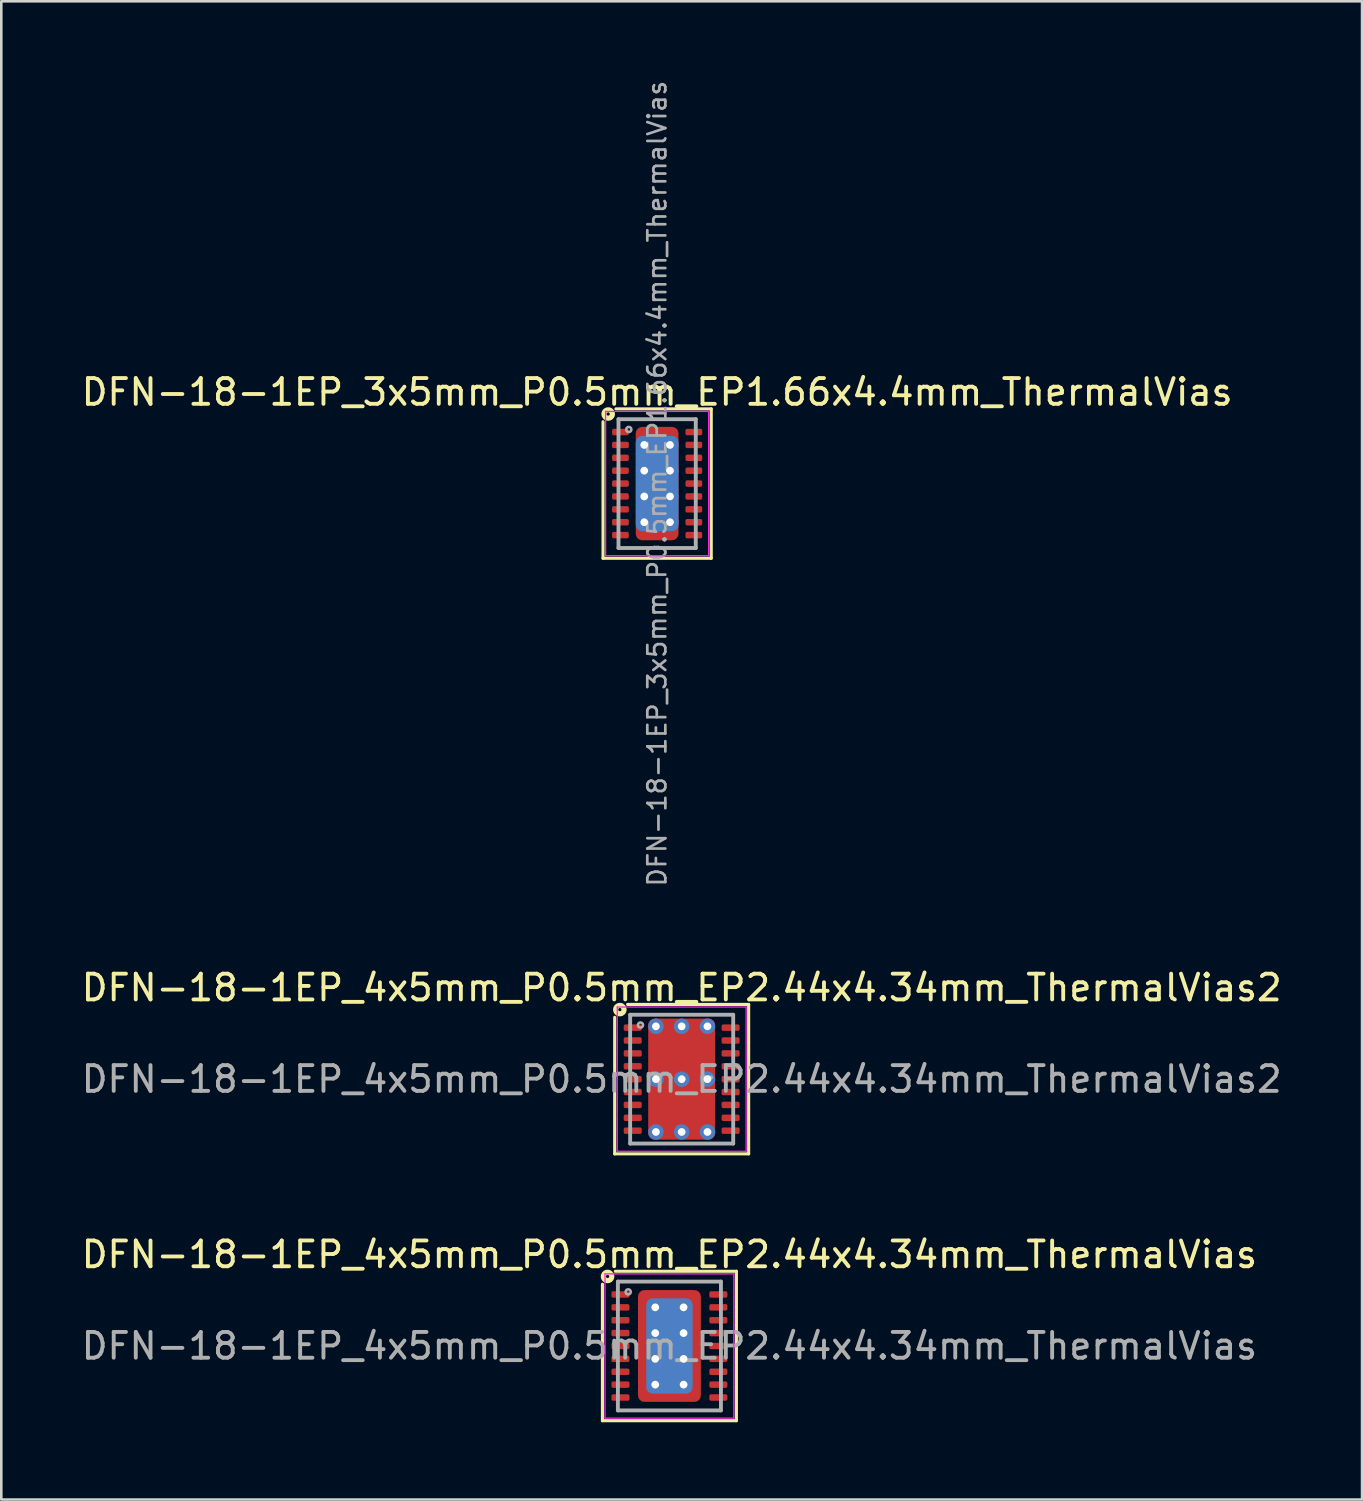
<source format=kicad_pcb>
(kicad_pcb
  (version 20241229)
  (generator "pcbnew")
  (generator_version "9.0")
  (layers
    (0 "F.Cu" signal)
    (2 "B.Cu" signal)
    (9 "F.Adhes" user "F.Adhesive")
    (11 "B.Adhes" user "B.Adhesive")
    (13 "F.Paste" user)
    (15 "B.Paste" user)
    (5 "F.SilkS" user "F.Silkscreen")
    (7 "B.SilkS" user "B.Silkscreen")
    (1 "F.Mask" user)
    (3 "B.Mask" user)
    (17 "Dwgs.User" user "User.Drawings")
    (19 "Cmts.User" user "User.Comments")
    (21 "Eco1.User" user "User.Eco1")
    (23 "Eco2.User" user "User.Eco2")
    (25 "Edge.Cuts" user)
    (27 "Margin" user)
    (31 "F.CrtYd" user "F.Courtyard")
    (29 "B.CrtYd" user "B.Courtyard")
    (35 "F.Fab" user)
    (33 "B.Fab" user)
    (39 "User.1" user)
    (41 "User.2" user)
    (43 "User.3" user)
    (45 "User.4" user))
  (footprint "DFN-18-1EP_4x5mm_P0.5mm_EP2.44x4.34mm_ThermalVias"
    (layer "F.Cu")
    (at 22.935 49.198)
    (property "Reference" "DFN-18-1EP_4x5mm_P0.5mm_EP2.44x4.34mm_ThermalVias" (at 0 -3.55 0) (layer "F.SilkS") (effects (font (size 1 1) (thickness 0.15))))
    (attr smd)
    (fp_line (start -2.6 2.9) (end -2.6 -2.4) (stroke (width 0.12) (type solid)) (layer "F.SilkS"))
    (fp_line (start -2.1 -2.9) (end 2.6 -2.9) (stroke (width 0.12) (type solid)) (layer "F.SilkS"))
    (fp_line (start 2.6 -2.9) (end 2.6 2.9) (stroke (width 0.12) (type solid)) (layer "F.SilkS"))
    (fp_line (start 2.6 2.9) (end -2.6 2.9) (stroke (width 0.12) (type solid)) (layer "F.SilkS"))
    (fp_circle (center -2.4 -2.7) (end -2.337 -2.7) (stroke (width 0.2) (type solid)) (fill no) (layer "F.SilkS"))
    (fp_line (start -2.5 -2.8) (end -2.5 2.8) (stroke (width 0.05) (type solid)) (layer "F.CrtYd"))
    (fp_line (start -2.5 -2.8) (end 2.5 -2.8) (stroke (width 0.05) (type solid)) (layer "F.CrtYd"))
    (fp_line (start -2.5 2.8) (end 2.5 2.8) (stroke (width 0.05) (type solid)) (layer "F.CrtYd"))
    (fp_line (start 2.5 -2.8) (end 2.5 2.8) (stroke (width 0.05) (type solid)) (layer "F.CrtYd"))
    (fp_line (start -2 -2.5) (end 2 -2.5) (stroke (width 0.15) (type solid)) (layer "F.Fab"))
    (fp_line (start -2 2.5) (end -2 -2.5) (stroke (width 0.15) (type solid)) (layer "F.Fab"))
    (fp_line (start 2 -2.5) (end 2 2.5) (stroke (width 0.15) (type solid)) (layer "F.Fab"))
    (fp_line (start 2 2.5) (end -2 2.5) (stroke (width 0.15) (type solid)) (layer "F.Fab"))
    (fp_circle (center -1.6 -2.1) (end -1.5 -2.1) (stroke (width 0.1) (type solid)) (fill no) (layer "F.Fab"))
    (fp_text user "${REFERENCE}" (at 0 0 0) (layer "F.Fab") (effects (font (size 1 1) (thickness 0.15))))
    (pad "" smd roundrect (at -0.9 -1.85) (size 0.5 0.5) (layers "F.Paste") (roundrect_rratio 0.25))
    (pad "" smd roundrect (at -0.9 -1) (size 0.5 0.8) (layers "F.Paste") (roundrect_rratio 0.25))
    (pad "" smd roundrect (at -0.9 0) (size 0.5 0.8) (layers "F.Paste") (roundrect_rratio 0.25))
    (pad "" smd roundrect (at -0.9 1) (size 0.5 0.8) (layers "F.Paste") (roundrect_rratio 0.25))
    (pad "" smd roundrect (at -0.9 1.85) (size 0.5 0.5) (layers "F.Paste") (roundrect_rratio 0.25))
    (pad "" smd roundrect (at 0 -1.85) (size 0.9 0.5) (layers "F.Paste") (roundrect_rratio 0.25))
    (pad "" smd roundrect (at 0 -1) (size 0.9 0.8) (layers "F.Paste") (roundrect_rratio 0.25))
    (pad "" smd roundrect (at 0 0) (size 0.9 0.8) (layers "F.Paste") (roundrect_rratio 0.25))
    (pad "" smd roundrect (at 0 1) (size 0.9 0.8) (layers "F.Paste") (roundrect_rratio 0.25))
    (pad "" smd roundrect (at 0 1.85) (size 0.9 0.5) (layers "F.Paste") (roundrect_rratio 0.25))
    (pad "" smd roundrect (at 0.9 -1.85) (size 0.5 0.5) (layers "F.Paste") (roundrect_rratio 0.25))
    (pad "" smd roundrect (at 0.9 -1) (size 0.5 0.8) (layers "F.Paste") (roundrect_rratio 0.25))
    (pad "" smd roundrect (at 0.9 0) (size 0.5 0.8) (layers "F.Paste") (roundrect_rratio 0.25))
    (pad "" smd roundrect (at 0.9 1) (size 0.5 0.8) (layers "F.Paste") (roundrect_rratio 0.25))
    (pad "" smd roundrect (at 0.9 1.85) (size 0.5 0.5) (layers "F.Paste") (roundrect_rratio 0.25))
    (pad "1" smd roundrect (at -1.9 -2) (size 0.7 0.25) (layers "F.Cu" "F.Mask" "F.Paste") (roundrect_rratio 0.25))
    (pad "2" smd roundrect (at -1.9 -1.5) (size 0.7 0.25) (layers "F.Cu" "F.Mask" "F.Paste") (roundrect_rratio 0.25))
    (pad "3" smd roundrect (at -1.9 -1) (size 0.7 0.25) (layers "F.Cu" "F.Mask" "F.Paste") (roundrect_rratio 0.25))
    (pad "4" smd roundrect (at -1.9 -0.5) (size 0.7 0.25) (layers "F.Cu" "F.Mask" "F.Paste") (roundrect_rratio 0.25))
    (pad "5" smd roundrect (at -1.9 0) (size 0.7 0.25) (layers "F.Cu" "F.Mask" "F.Paste") (roundrect_rratio 0.25))
    (pad "6" smd roundrect (at -1.9 0.5) (size 0.7 0.25) (layers "F.Cu" "F.Mask" "F.Paste") (roundrect_rratio 0.25))
    (pad "7" smd roundrect (at -1.9 1) (size 0.7 0.25) (layers "F.Cu" "F.Mask" "F.Paste") (roundrect_rratio 0.25))
    (pad "8" smd roundrect (at -1.9 1.5) (size 0.7 0.25) (layers "F.Cu" "F.Mask" "F.Paste") (roundrect_rratio 0.25))
    (pad "9" smd roundrect (at -1.9 2) (size 0.7 0.25) (layers "F.Cu" "F.Mask" "F.Paste") (roundrect_rratio 0.25))
    (pad "10" smd roundrect (at 1.9 2) (size 0.7 0.25) (layers "F.Cu" "F.Mask" "F.Paste") (roundrect_rratio 0.25))
    (pad "11" smd roundrect (at 1.9 1.5) (size 0.7 0.25) (layers "F.Cu" "F.Mask" "F.Paste") (roundrect_rratio 0.25))
    (pad "12" smd roundrect (at 1.9 1) (size 0.7 0.25) (layers "F.Cu" "F.Mask" "F.Paste") (roundrect_rratio 0.25))
    (pad "13" smd roundrect (at 1.9 0.5) (size 0.7 0.25) (layers "F.Cu" "F.Mask" "F.Paste") (roundrect_rratio 0.25))
    (pad "14" smd roundrect (at 1.9 0) (size 0.7 0.25) (layers "F.Cu" "F.Mask" "F.Paste") (roundrect_rratio 0.25))
    (pad "15" smd roundrect (at 1.9 -0.5) (size 0.7 0.25) (layers "F.Cu" "F.Mask" "F.Paste") (roundrect_rratio 0.25))
    (pad "16" smd roundrect (at 1.9 -1) (size 0.7 0.25) (layers "F.Cu" "F.Mask" "F.Paste") (roundrect_rratio 0.25))
    (pad "17" smd roundrect (at 1.9 -1.5) (size 0.7 0.25) (layers "F.Cu" "F.Mask" "F.Paste") (roundrect_rratio 0.25))
    (pad "18" smd roundrect (at 1.9 -2) (size 0.7 0.25) (layers "F.Cu" "F.Mask" "F.Paste") (roundrect_rratio 0.25))
    (pad "19" thru_hole circle (at -0.55 -1.5) (size 0.65 0.65) (drill 0.3) (property pad_prop_heatsink) (layers "*.Cu"))
    (pad "19" thru_hole circle (at -0.55 -0.5) (size 0.65 0.65) (drill 0.3) (property pad_prop_heatsink) (layers "*.Cu"))
    (pad "19" thru_hole circle (at -0.55 0.5) (size 0.65 0.65) (drill 0.3) (property pad_prop_heatsink) (layers "*.Cu"))
    (pad "19" thru_hole circle (at -0.55 1.5) (size 0.65 0.65) (drill 0.3) (property pad_prop_heatsink) (layers "*.Cu"))
    (pad "19" smd roundrect (at 0 0) (size 1.8 3.7) (layers "B.Cu" "B.Mask") (roundrect_rratio 0.139))
    (pad "19" smd roundrect (at 0 0) (size 2.44 4.34) (layers "F.Cu" "F.Mask") (roundrect_rratio 0.102))
    (pad "19" thru_hole circle (at 0.55 -1.5) (size 0.65 0.65) (drill 0.3) (property pad_prop_heatsink) (layers "*.Cu"))
    (pad "19" thru_hole circle (at 0.55 -0.5) (size 0.65 0.65) (drill 0.3) (property pad_prop_heatsink) (layers "*.Cu"))
    (pad "19" thru_hole circle (at 0.55 0.5) (size 0.65 0.65) (drill 0.3) (property pad_prop_heatsink) (layers "*.Cu"))
    (pad "19" thru_hole circle (at 0.55 1.5) (size 0.65 0.65) (drill 0.3) (property pad_prop_heatsink) (layers "*.Cu")))
  (footprint "DFN-18-1EP_4x5mm_P0.5mm_EP2.44x4.34mm_ThermalVias2"
    (layer "F.Cu")
    (at 23.411 38.84)
    (property "Reference" "DFN-18-1EP_4x5mm_P0.5mm_EP2.44x4.34mm_ThermalVias2" (at 0 -3.55 0) (layer "F.SilkS") (effects (font (size 1 1) (thickness 0.15))))
    (attr smd)
    (fp_line (start -2.6 2.9) (end -2.6 -2.4) (stroke (width 0.12) (type solid)) (layer "F.SilkS"))
    (fp_line (start -2.1 -2.9) (end 2.6 -2.9) (stroke (width 0.12) (type solid)) (layer "F.SilkS"))
    (fp_line (start 2.6 -2.9) (end 2.6 2.9) (stroke (width 0.12) (type solid)) (layer "F.SilkS"))
    (fp_line (start 2.6 2.9) (end -2.6 2.9) (stroke (width 0.12) (type solid)) (layer "F.SilkS"))
    (fp_circle (center -2.4 -2.7) (end -2.337 -2.7) (stroke (width 0.2) (type solid)) (fill no) (layer "F.SilkS"))
    (fp_line (start -2.5 -2.8) (end -2.5 2.8) (stroke (width 0.05) (type solid)) (layer "F.CrtYd"))
    (fp_line (start -2.5 -2.8) (end 2.5 -2.8) (stroke (width 0.05) (type solid)) (layer "F.CrtYd"))
    (fp_line (start -2.5 2.8) (end 2.5 2.8) (stroke (width 0.05) (type solid)) (layer "F.CrtYd"))
    (fp_line (start 2.5 -2.8) (end 2.5 2.8) (stroke (width 0.05) (type solid)) (layer "F.CrtYd"))
    (fp_line (start -2 -2.5) (end 2 -2.5) (stroke (width 0.15) (type solid)) (layer "F.Fab"))
    (fp_line (start -2 2.5) (end -2 -2.5) (stroke (width 0.15) (type solid)) (layer "F.Fab"))
    (fp_line (start 2 -2.5) (end 2 2.5) (stroke (width 0.15) (type solid)) (layer "F.Fab"))
    (fp_line (start 2 2.5) (end -2 2.5) (stroke (width 0.15) (type solid)) (layer "F.Fab"))
    (fp_circle (center -1.6 -2.1) (end -1.5 -2.1) (stroke (width 0.1) (type solid)) (fill no) (layer "F.Fab"))
    (fp_text user "${REFERENCE}" (at 0 0 0) (layer "F.Fab") (effects (font (size 1 1) (thickness 0.15))))
    (pad "" smd roundrect (at -0.6 -1.025) (size 0.9 1.15) (layers "F.Paste") (roundrect_rratio 0.25))
    (pad "" smd roundrect (at -0.6 1.025) (size 0.9 1.15) (layers "F.Paste") (roundrect_rratio 0.25))
    (pad "" smd roundrect (at 0 -1.025) (size 2.4 1.45) (layers "F.Mask") (roundrect_rratio 0.172))
    (pad "" smd roundrect (at 0 1.025) (size 2.4 1.45) (layers "F.Mask") (roundrect_rratio 0.172))
    (pad "" smd roundrect (at 0.6 -1.025) (size 0.9 1.15) (layers "F.Paste") (roundrect_rratio 0.25))
    (pad "" smd roundrect (at 0.6 1.025) (size 0.9 1.15) (layers "F.Paste") (roundrect_rratio 0.25))
    (pad "1" smd roundrect (at -1.9 -2) (size 0.7 0.25) (layers "F.Cu" "F.Mask" "F.Paste") (roundrect_rratio 0.25))
    (pad "2" smd roundrect (at -1.9 -1.5) (size 0.7 0.25) (layers "F.Cu" "F.Mask" "F.Paste") (roundrect_rratio 0.25))
    (pad "3" smd roundrect (at -1.9 -1) (size 0.7 0.25) (layers "F.Cu" "F.Mask" "F.Paste") (roundrect_rratio 0.25))
    (pad "4" smd roundrect (at -1.9 -0.5) (size 0.7 0.25) (layers "F.Cu" "F.Mask" "F.Paste") (roundrect_rratio 0.25))
    (pad "5" smd roundrect (at -1.9 0) (size 0.7 0.25) (layers "F.Cu" "F.Mask" "F.Paste") (roundrect_rratio 0.25))
    (pad "6" smd roundrect (at -1.9 0.5) (size 0.7 0.25) (layers "F.Cu" "F.Mask" "F.Paste") (roundrect_rratio 0.25))
    (pad "7" smd roundrect (at -1.9 1) (size 0.7 0.25) (layers "F.Cu" "F.Mask" "F.Paste") (roundrect_rratio 0.25))
    (pad "8" smd roundrect (at -1.9 1.5) (size 0.7 0.25) (layers "F.Cu" "F.Mask" "F.Paste") (roundrect_rratio 0.25))
    (pad "9" smd roundrect (at -1.9 2) (size 0.7 0.25) (layers "F.Cu" "F.Mask" "F.Paste") (roundrect_rratio 0.25))
    (pad "10" smd roundrect (at 1.9 2) (size 0.7 0.25) (layers "F.Cu" "F.Mask" "F.Paste") (roundrect_rratio 0.25))
    (pad "11" smd roundrect (at 1.9 1.5) (size 0.7 0.25) (layers "F.Cu" "F.Mask" "F.Paste") (roundrect_rratio 0.25))
    (pad "12" smd roundrect (at 1.9 1) (size 0.7 0.25) (layers "F.Cu" "F.Mask" "F.Paste") (roundrect_rratio 0.25))
    (pad "13" smd roundrect (at 1.9 0.5) (size 0.7 0.25) (layers "F.Cu" "F.Mask" "F.Paste") (roundrect_rratio 0.25))
    (pad "14" smd roundrect (at 1.9 0) (size 0.7 0.25) (layers "F.Cu" "F.Mask" "F.Paste") (roundrect_rratio 0.25))
    (pad "15" smd roundrect (at 1.9 -0.5) (size 0.7 0.25) (layers "F.Cu" "F.Mask" "F.Paste") (roundrect_rratio 0.25))
    (pad "16" smd roundrect (at 1.9 -1) (size 0.7 0.25) (layers "F.Cu" "F.Mask" "F.Paste") (roundrect_rratio 0.25))
    (pad "17" smd roundrect (at 1.9 -1.5) (size 0.7 0.25) (layers "F.Cu" "F.Mask" "F.Paste") (roundrect_rratio 0.25))
    (pad "18" smd roundrect (at 1.9 -2) (size 0.7 0.25) (layers "F.Cu" "F.Mask" "F.Paste") (roundrect_rratio 0.25))
    (pad "19" thru_hole circle (at -1 -2.05) (size 0.6 0.6) (drill 0.3) (property pad_prop_heatsink) (layers "*.Cu" "*.Mask"))
    (pad "19" thru_hole circle (at -1 0) (size 0.6 0.6) (drill 0.3) (property pad_prop_heatsink) (layers "*.Cu" "*.Mask"))
    (pad "19" thru_hole circle (at -1 2.05) (size 0.6 0.6) (drill 0.3) (property pad_prop_heatsink) (layers "*.Cu" "*.Mask"))
    (pad "19" thru_hole circle (at 0 -2.05) (size 0.6 0.6) (drill 0.3) (property pad_prop_heatsink) (layers "*.Cu" "*.Mask"))
    (pad "19" thru_hole circle (at 0 0) (size 0.6 0.6) (drill 0.3) (property pad_prop_heatsink) (layers "*.Cu" "*.Mask"))
    (pad "19" smd roundrect (at 0 0) (size 2.6 4.7) (layers "F.Cu") (roundrect_rratio 0.096))
    (pad "19" thru_hole circle (at 0 2.05) (size 0.6 0.6) (drill 0.3) (property pad_prop_heatsink) (layers "*.Cu" "*.Mask"))
    (pad "19" thru_hole circle (at 1 -2.05) (size 0.6 0.6) (drill 0.3) (property pad_prop_heatsink) (layers "*.Cu" "*.Mask"))
    (pad "19" thru_hole circle (at 1 0) (size 0.6 0.6) (drill 0.3) (property pad_prop_heatsink) (layers "*.Cu" "*.Mask"))
    (pad "19" thru_hole circle (at 1 2.05) (size 0.6 0.6) (drill 0.3) (property pad_prop_heatsink) (layers "*.Cu" "*.Mask")))
  (footprint "DFN-18-1EP_3x5mm_P0.5mm_EP1.66x4.4mm_ThermalVias"
    (layer "F.Cu")
    (at 22.458 15.721)
    (property "Reference" "DFN-18-1EP_3x5mm_P0.5mm_EP1.66x4.4mm_ThermalVias" (at 0 -3.55 0) (layer "F.SilkS") (effects (font (size 1 1) (thickness 0.15))))
    (attr smd)
    (fp_line (start -2.1 2.9) (end -2.1 -2.4) (stroke (width 0.12) (type solid)) (layer "F.SilkS"))
    (fp_line (start -1.6 -2.9) (end 2.1 -2.9) (stroke (width 0.12) (type solid)) (layer "F.SilkS"))
    (fp_line (start 2.1 -2.9) (end 2.1 2.9) (stroke (width 0.12) (type solid)) (layer "F.SilkS"))
    (fp_line (start 2.1 2.9) (end -2.1 2.9) (stroke (width 0.12) (type solid)) (layer "F.SilkS"))
    (fp_circle (center -1.9 -2.7) (end -1.837 -2.7) (stroke (width 0.2) (type solid)) (fill no) (layer "F.SilkS"))
    (fp_line (start -2 -2.8) (end -2 2.8) (stroke (width 0.05) (type solid)) (layer "F.CrtYd"))
    (fp_line (start -2 -2.8) (end 2 -2.8) (stroke (width 0.05) (type solid)) (layer "F.CrtYd"))
    (fp_line (start -2 2.8) (end 2 2.8) (stroke (width 0.05) (type solid)) (layer "F.CrtYd"))
    (fp_line (start 2 -2.8) (end 2 2.8) (stroke (width 0.05) (type solid)) (layer "F.CrtYd"))
    (fp_line (start -1.5 -2.5) (end 1.5 -2.5) (stroke (width 0.15) (type solid)) (layer "F.Fab"))
    (fp_line (start -1.5 2.5) (end -1.5 -2.5) (stroke (width 0.15) (type solid)) (layer "F.Fab"))
    (fp_line (start 1.5 -2.5) (end 1.5 2.5) (stroke (width 0.15) (type solid)) (layer "F.Fab"))
    (fp_line (start 1.5 2.5) (end -1.5 2.5) (stroke (width 0.15) (type solid)) (layer "F.Fab"))
    (fp_circle (center -1.1 -2.1) (end -1 -2.1) (stroke (width 0.1) (type solid)) (fill no) (layer "F.Fab"))
    (fp_text user "${REFERENCE}" (at 0 0 90) (layer "F.Fab") (effects (font (size 0.7 0.7) (thickness 0.105))))
    (pad "" smd roundrect (at -0.425 -1.875) (size 0.65 0.55) (layers "F.Paste") (roundrect_rratio 0.25))
    (pad "" smd roundrect (at -0.425 -1) (size 0.65 0.8) (layers "F.Paste") (roundrect_rratio 0.25))
    (pad "" smd roundrect (at -0.425 0) (size 0.65 0.8) (layers "F.Paste") (roundrect_rratio 0.25))
    (pad "" smd roundrect (at -0.425 1) (size 0.65 0.8) (layers "F.Paste") (roundrect_rratio 0.25))
    (pad "" smd roundrect (at -0.425 1.9) (size 0.65 0.5) (layers "F.Paste") (roundrect_rratio 0.25))
    (pad "" smd roundrect (at 0.425 -1.875) (size 0.65 0.55) (layers "F.Paste") (roundrect_rratio 0.25))
    (pad "" smd roundrect (at 0.425 -1) (size 0.65 0.8) (layers "F.Paste") (roundrect_rratio 0.25))
    (pad "" smd roundrect (at 0.425 0) (size 0.65 0.8) (layers "F.Paste") (roundrect_rratio 0.25))
    (pad "" smd roundrect (at 0.425 1) (size 0.65 0.8) (layers "F.Paste") (roundrect_rratio 0.25))
    (pad "" smd roundrect (at 0.425 1.9) (size 0.65 0.5) (layers "F.Paste") (roundrect_rratio 0.25))
    (pad "1" smd roundrect (at -1.425 -2) (size 0.65 0.25) (layers "F.Cu" "F.Mask" "F.Paste") (roundrect_rratio 0.25))
    (pad "2" smd roundrect (at -1.425 -1.5) (size 0.65 0.25) (layers "F.Cu" "F.Mask" "F.Paste") (roundrect_rratio 0.25))
    (pad "3" smd roundrect (at -1.425 -1) (size 0.65 0.25) (layers "F.Cu" "F.Mask" "F.Paste") (roundrect_rratio 0.25))
    (pad "4" smd roundrect (at -1.425 -0.5) (size 0.65 0.25) (layers "F.Cu" "F.Mask" "F.Paste") (roundrect_rratio 0.25))
    (pad "5" smd roundrect (at -1.425 0) (size 0.65 0.25) (layers "F.Cu" "F.Mask" "F.Paste") (roundrect_rratio 0.25))
    (pad "6" smd roundrect (at -1.425 0.5) (size 0.65 0.25) (layers "F.Cu" "F.Mask" "F.Paste") (roundrect_rratio 0.25))
    (pad "7" smd roundrect (at -1.425 1) (size 0.65 0.25) (layers "F.Cu" "F.Mask" "F.Paste") (roundrect_rratio 0.25))
    (pad "8" smd roundrect (at -1.425 1.5) (size 0.65 0.25) (layers "F.Cu" "F.Mask" "F.Paste") (roundrect_rratio 0.25))
    (pad "9" smd roundrect (at -1.425 2) (size 0.65 0.25) (layers "F.Cu" "F.Mask" "F.Paste") (roundrect_rratio 0.25))
    (pad "10" smd roundrect (at 1.425 2) (size 0.65 0.25) (layers "F.Cu" "F.Mask" "F.Paste") (roundrect_rratio 0.25))
    (pad "11" smd roundrect (at 1.425 1.5) (size 0.65 0.25) (layers "F.Cu" "F.Mask" "F.Paste") (roundrect_rratio 0.25))
    (pad "12" smd roundrect (at 1.425 1) (size 0.65 0.25) (layers "F.Cu" "F.Mask" "F.Paste") (roundrect_rratio 0.25))
    (pad "13" smd roundrect (at 1.425 0.5) (size 0.65 0.25) (layers "F.Cu" "F.Mask" "F.Paste") (roundrect_rratio 0.25))
    (pad "14" smd roundrect (at 1.425 0) (size 0.65 0.25) (layers "F.Cu" "F.Mask" "F.Paste") (roundrect_rratio 0.25))
    (pad "15" smd roundrect (at 1.425 -0.5) (size 0.65 0.25) (layers "F.Cu" "F.Mask" "F.Paste") (roundrect_rratio 0.25))
    (pad "16" smd roundrect (at 1.425 -1) (size 0.65 0.25) (layers "F.Cu" "F.Mask" "F.Paste") (roundrect_rratio 0.25))
    (pad "17" smd roundrect (at 1.425 -1.5) (size 0.65 0.25) (layers "F.Cu" "F.Mask" "F.Paste") (roundrect_rratio 0.25))
    (pad "18" smd roundrect (at 1.425 -2) (size 0.65 0.25) (layers "F.Cu" "F.Mask" "F.Paste") (roundrect_rratio 0.25))
    (pad "19" thru_hole circle (at -0.5 -1.5) (size 0.65 0.65) (drill 0.3) (property pad_prop_heatsink) (layers "*.Cu"))
    (pad "19" thru_hole circle (at -0.5 -0.5) (size 0.65 0.65) (drill 0.3) (property pad_prop_heatsink) (layers "*.Cu"))
    (pad "19" thru_hole circle (at -0.5 0.5) (size 0.65 0.65) (drill 0.3) (property pad_prop_heatsink) (layers "*.Cu"))
    (pad "19" thru_hole circle (at -0.5 1.5) (size 0.65 0.65) (drill 0.3) (property pad_prop_heatsink) (layers "*.Cu"))
    (pad "19" smd roundrect (at 0 0) (size 1.66 3.7) (layers "B.Cu" "B.Mask") (roundrect_rratio 0.151))
    (pad "19" smd roundrect (at 0 0) (size 1.66 4.4) (layers "F.Cu" "F.Mask") (roundrect_rratio 0.151))
    (pad "19" thru_hole circle (at 0.5 -1.5) (size 0.65 0.65) (drill 0.3) (property pad_prop_heatsink) (layers "*.Cu"))
    (pad "19" thru_hole circle (at 0.5 -0.5) (size 0.65 0.65) (drill 0.3) (property pad_prop_heatsink) (layers "*.Cu"))
    (pad "19" thru_hole circle (at 0.5 0.5) (size 0.65 0.65) (drill 0.3) (property pad_prop_heatsink) (layers "*.Cu"))
    (pad "19" thru_hole circle (at 0.5 1.5) (size 0.65 0.65) (drill 0.3) (property pad_prop_heatsink) (layers "*.Cu")))
  (gr_rect
    (start -3 -3)
    (end 49.821 55.158)
    (stroke (width 0.1) (type default))
    (fill no)
    (layer "Edge.Cuts")))
</source>
